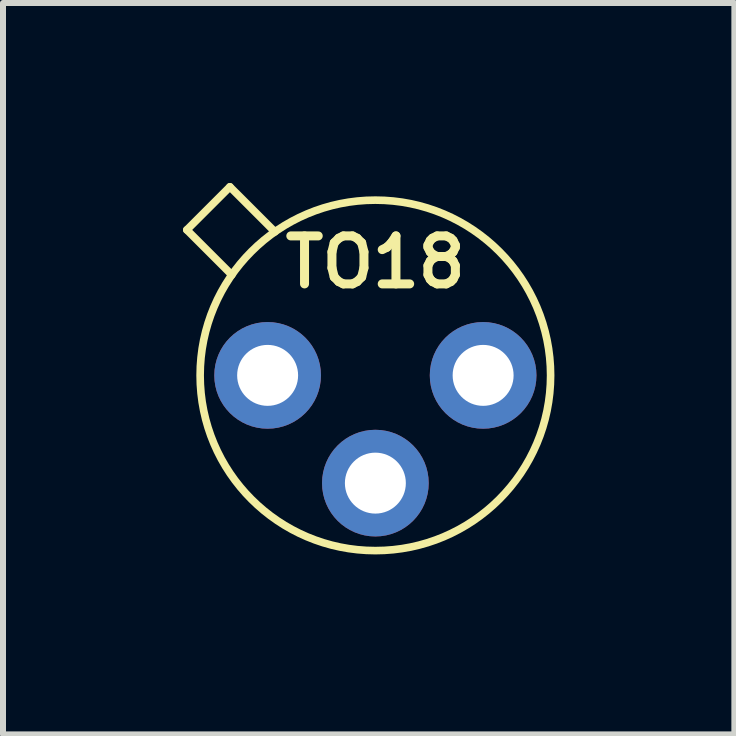
<source format=kicad_pcb>
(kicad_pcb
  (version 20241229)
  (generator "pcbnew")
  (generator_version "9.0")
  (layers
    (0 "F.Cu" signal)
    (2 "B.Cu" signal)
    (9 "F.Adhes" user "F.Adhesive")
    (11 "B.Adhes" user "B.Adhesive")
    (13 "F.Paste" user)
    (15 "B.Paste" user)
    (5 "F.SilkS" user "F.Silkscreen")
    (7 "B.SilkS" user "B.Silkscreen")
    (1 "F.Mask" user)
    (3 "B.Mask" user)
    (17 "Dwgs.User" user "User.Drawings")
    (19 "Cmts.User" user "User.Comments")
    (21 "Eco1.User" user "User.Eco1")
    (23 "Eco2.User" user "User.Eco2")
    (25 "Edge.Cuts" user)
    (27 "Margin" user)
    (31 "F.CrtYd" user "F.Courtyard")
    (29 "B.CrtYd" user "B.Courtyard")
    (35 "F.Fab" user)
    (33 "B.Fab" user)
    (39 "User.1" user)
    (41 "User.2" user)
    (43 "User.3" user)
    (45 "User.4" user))
  (footprint "TO18"
    (layer "F.Cu")
    (at 3.207 3.098)
    (property "Reference" "TO18" (at 0 -1.778 0) (layer "F.SilkS") (effects (font (size 0.8 0.8) (thickness 0.15))))
    (attr through_hole)
    (fp_line (start -3.143 -2.316) (end -2.425 -3.034) (stroke (width 0.127) (type solid)) (layer "F.SilkS"))
    (fp_line (start -3.143 -2.316) (end -2.393 -1.566) (stroke (width 0.127) (type solid)) (layer "F.SilkS"))
    (fp_line (start -2.425 -3.034) (end -1.675 -2.284) (stroke (width 0.127) (type solid)) (layer "F.SilkS"))
    (fp_circle (center 0 0.109) (end 2.921 0.109) (stroke (width 0.127) (type solid)) (fill no) (layer "F.SilkS"))
    (pad "1" thru_hole circle (at -1.796 0.109 315) (size 1.778 1.778) (drill 1.016) (layers "*.Cu" "*.Mask"))
    (pad "2" thru_hole circle (at 0 1.905 315) (size 1.778 1.778) (drill 1.016) (layers "*.Cu" "*.Mask"))
    (pad "3" thru_hole circle (at 1.796 0.109 315) (size 1.778 1.778) (drill 1.016) (layers "*.Cu" "*.Mask")))
  (gr_rect
    (start -3 -3)
    (end 9.191 9.191)
    (stroke (width 0.1) (type default))
    (fill no)
    (layer "Edge.Cuts")))
</source>
